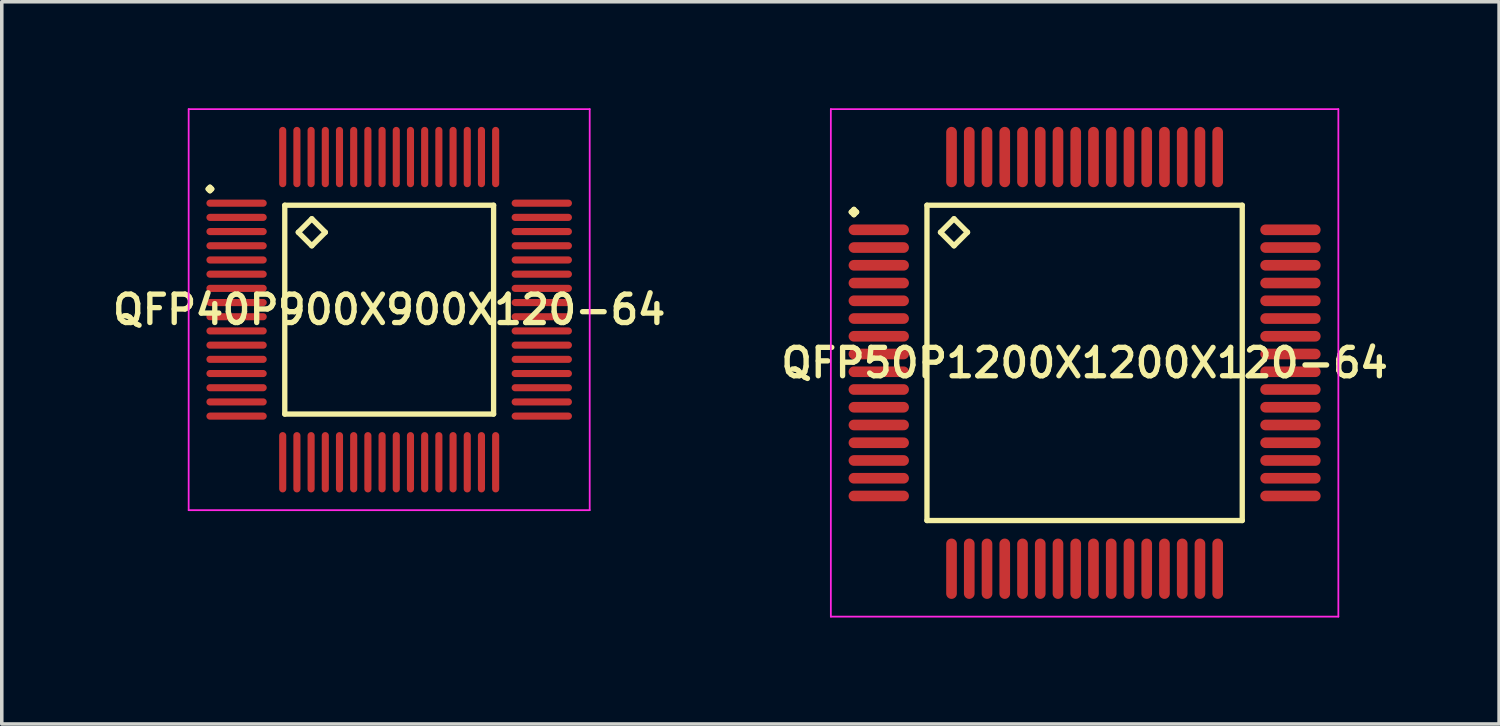
<source format=kicad_pcb>
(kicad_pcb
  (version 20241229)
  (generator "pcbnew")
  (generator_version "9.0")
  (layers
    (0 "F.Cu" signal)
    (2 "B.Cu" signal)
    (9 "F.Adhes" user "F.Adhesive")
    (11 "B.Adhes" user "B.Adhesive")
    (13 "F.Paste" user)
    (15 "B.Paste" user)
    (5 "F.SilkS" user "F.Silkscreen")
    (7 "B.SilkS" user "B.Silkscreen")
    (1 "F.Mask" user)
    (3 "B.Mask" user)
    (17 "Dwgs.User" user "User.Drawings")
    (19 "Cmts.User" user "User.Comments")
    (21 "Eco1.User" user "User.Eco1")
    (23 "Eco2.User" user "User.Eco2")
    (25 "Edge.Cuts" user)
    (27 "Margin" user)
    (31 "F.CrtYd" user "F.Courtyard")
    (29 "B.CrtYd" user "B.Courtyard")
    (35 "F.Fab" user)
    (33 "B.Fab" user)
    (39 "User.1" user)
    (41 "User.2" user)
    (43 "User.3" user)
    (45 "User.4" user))
  (footprint "QFP40P900X900X120-64"
    (layer "F.Cu")
    (at 7.916 5.675)
    (property "Reference" "QFP40P900X900X120-64" (at 0 0 0) (layer "F.SilkS") (effects (font (size 0.8 0.8) (thickness 0.15))))
    (attr smd)
    (fp_line (start -5.1 -3.4) (end -5.05 -3.45) (stroke (width 0.15) (type solid)) (layer "F.SilkS"))
    (fp_line (start -5.05 -3.45) (end -5 -3.4) (stroke (width 0.15) (type solid)) (layer "F.SilkS"))
    (fp_line (start -5.05 -3.35) (end -5.1 -3.4) (stroke (width 0.15) (type solid)) (layer "F.SilkS"))
    (fp_line (start -5 -3.4) (end -5.05 -3.35) (stroke (width 0.15) (type solid)) (layer "F.SilkS"))
    (fp_line (start -2.942 -2.942) (end -2.942 2.942) (stroke (width 0.15) (type solid)) (layer "F.SilkS"))
    (fp_line (start -2.942 2.942) (end 2.942 2.942) (stroke (width 0.15) (type solid)) (layer "F.SilkS"))
    (fp_line (start -2.561 -2.18) (end -2.18 -2.561) (stroke (width 0.15) (type solid)) (layer "F.SilkS"))
    (fp_line (start -2.18 -2.561) (end -1.799 -2.18) (stroke (width 0.15) (type solid)) (layer "F.SilkS"))
    (fp_line (start -2.18 -1.799) (end -2.561 -2.18) (stroke (width 0.15) (type solid)) (layer "F.SilkS"))
    (fp_line (start -1.799 -2.18) (end -2.18 -1.799) (stroke (width 0.15) (type solid)) (layer "F.SilkS"))
    (fp_line (start 2.942 -2.942) (end -2.942 -2.942) (stroke (width 0.15) (type solid)) (layer "F.SilkS"))
    (fp_line (start 2.942 2.942) (end 2.942 -2.942) (stroke (width 0.15) (type solid)) (layer "F.SilkS"))
    (fp_line (start -5.65 -5.65) (end 5.65 -5.65) (stroke (width 0.05) (type solid)) (layer "F.CrtYd"))
    (fp_line (start -5.65 5.65) (end -5.65 -5.65) (stroke (width 0.05) (type solid)) (layer "F.CrtYd"))
    (fp_line (start 5.65 -5.65) (end 5.65 5.65) (stroke (width 0.05) (type solid)) (layer "F.CrtYd"))
    (fp_line (start 5.65 5.65) (end -5.65 5.65) (stroke (width 0.05) (type solid)) (layer "F.CrtYd"))
    (pad "1" smd oval (at -4.3 -3) (size 1.7 0.2) (layers "F.Cu" "F.Mask" "F.Paste"))
    (pad "2" smd oval (at -4.3 -2.6) (size 1.7 0.2) (layers "F.Cu" "F.Mask" "F.Paste"))
    (pad "3" smd oval (at -4.3 -2.2) (size 1.7 0.2) (layers "F.Cu" "F.Mask" "F.Paste"))
    (pad "4" smd oval (at -4.3 -1.8) (size 1.7 0.2) (layers "F.Cu" "F.Mask" "F.Paste"))
    (pad "5" smd oval (at -4.3 -1.4) (size 1.7 0.2) (layers "F.Cu" "F.Mask" "F.Paste"))
    (pad "6" smd oval (at -4.3 -1) (size 1.7 0.2) (layers "F.Cu" "F.Mask" "F.Paste"))
    (pad "7" smd oval (at -4.3 -0.6) (size 1.7 0.2) (layers "F.Cu" "F.Mask" "F.Paste"))
    (pad "8" smd oval (at -4.3 -0.2) (size 1.7 0.2) (layers "F.Cu" "F.Mask" "F.Paste"))
    (pad "9" smd oval (at -4.3 0.2) (size 1.7 0.2) (layers "F.Cu" "F.Mask" "F.Paste"))
    (pad "10" smd oval (at -4.3 0.6) (size 1.7 0.2) (layers "F.Cu" "F.Mask" "F.Paste"))
    (pad "11" smd oval (at -4.3 1) (size 1.7 0.2) (layers "F.Cu" "F.Mask" "F.Paste"))
    (pad "12" smd oval (at -4.3 1.4) (size 1.7 0.2) (layers "F.Cu" "F.Mask" "F.Paste"))
    (pad "13" smd oval (at -4.3 1.8) (size 1.7 0.2) (layers "F.Cu" "F.Mask" "F.Paste"))
    (pad "14" smd oval (at -4.3 2.2) (size 1.7 0.2) (layers "F.Cu" "F.Mask" "F.Paste"))
    (pad "15" smd oval (at -4.3 2.6) (size 1.7 0.2) (layers "F.Cu" "F.Mask" "F.Paste"))
    (pad "16" smd oval (at -4.3 3) (size 1.7 0.2) (layers "F.Cu" "F.Mask" "F.Paste"))
    (pad "17" smd oval (at -3 4.3) (size 0.2 1.7) (layers "F.Cu" "F.Mask" "F.Paste"))
    (pad "18" smd oval (at -2.6 4.3) (size 0.2 1.7) (layers "F.Cu" "F.Mask" "F.Paste"))
    (pad "19" smd oval (at -2.2 4.3) (size 0.2 1.7) (layers "F.Cu" "F.Mask" "F.Paste"))
    (pad "20" smd oval (at -1.8 4.3) (size 0.2 1.7) (layers "F.Cu" "F.Mask" "F.Paste"))
    (pad "21" smd oval (at -1.4 4.3) (size 0.2 1.7) (layers "F.Cu" "F.Mask" "F.Paste"))
    (pad "22" smd oval (at -1 4.3) (size 0.2 1.7) (layers "F.Cu" "F.Mask" "F.Paste"))
    (pad "23" smd oval (at -0.6 4.3) (size 0.2 1.7) (layers "F.Cu" "F.Mask" "F.Paste"))
    (pad "24" smd oval (at -0.2 4.3) (size 0.2 1.7) (layers "F.Cu" "F.Mask" "F.Paste"))
    (pad "25" smd oval (at 0.2 4.3) (size 0.2 1.7) (layers "F.Cu" "F.Mask" "F.Paste"))
    (pad "26" smd oval (at 0.6 4.3) (size 0.2 1.7) (layers "F.Cu" "F.Mask" "F.Paste"))
    (pad "27" smd oval (at 1 4.3) (size 0.2 1.7) (layers "F.Cu" "F.Mask" "F.Paste"))
    (pad "28" smd oval (at 1.4 4.3) (size 0.2 1.7) (layers "F.Cu" "F.Mask" "F.Paste"))
    (pad "29" smd oval (at 1.8 4.3) (size 0.2 1.7) (layers "F.Cu" "F.Mask" "F.Paste"))
    (pad "30" smd oval (at 2.2 4.3) (size 0.2 1.7) (layers "F.Cu" "F.Mask" "F.Paste"))
    (pad "31" smd oval (at 2.6 4.3) (size 0.2 1.7) (layers "F.Cu" "F.Mask" "F.Paste"))
    (pad "32" smd oval (at 3 4.3) (size 0.2 1.7) (layers "F.Cu" "F.Mask" "F.Paste"))
    (pad "33" smd oval (at 4.3 3) (size 1.7 0.2) (layers "F.Cu" "F.Mask" "F.Paste"))
    (pad "34" smd oval (at 4.3 2.6) (size 1.7 0.2) (layers "F.Cu" "F.Mask" "F.Paste"))
    (pad "35" smd oval (at 4.3 2.2) (size 1.7 0.2) (layers "F.Cu" "F.Mask" "F.Paste"))
    (pad "36" smd oval (at 4.3 1.8) (size 1.7 0.2) (layers "F.Cu" "F.Mask" "F.Paste"))
    (pad "37" smd oval (at 4.3 1.4) (size 1.7 0.2) (layers "F.Cu" "F.Mask" "F.Paste"))
    (pad "38" smd oval (at 4.3 1) (size 1.7 0.2) (layers "F.Cu" "F.Mask" "F.Paste"))
    (pad "39" smd oval (at 4.3 0.6) (size 1.7 0.2) (layers "F.Cu" "F.Mask" "F.Paste"))
    (pad "40" smd oval (at 4.3 0.2) (size 1.7 0.2) (layers "F.Cu" "F.Mask" "F.Paste"))
    (pad "41" smd oval (at 4.3 -0.2) (size 1.7 0.2) (layers "F.Cu" "F.Mask" "F.Paste"))
    (pad "42" smd oval (at 4.3 -0.6) (size 1.7 0.2) (layers "F.Cu" "F.Mask" "F.Paste"))
    (pad "43" smd oval (at 4.3 -1) (size 1.7 0.2) (layers "F.Cu" "F.Mask" "F.Paste"))
    (pad "44" smd oval (at 4.3 -1.4) (size 1.7 0.2) (layers "F.Cu" "F.Mask" "F.Paste"))
    (pad "45" smd oval (at 4.3 -1.8) (size 1.7 0.2) (layers "F.Cu" "F.Mask" "F.Paste"))
    (pad "46" smd oval (at 4.3 -2.2) (size 1.7 0.2) (layers "F.Cu" "F.Mask" "F.Paste"))
    (pad "47" smd oval (at 4.3 -2.6) (size 1.7 0.2) (layers "F.Cu" "F.Mask" "F.Paste"))
    (pad "48" smd oval (at 4.3 -3) (size 1.7 0.2) (layers "F.Cu" "F.Mask" "F.Paste"))
    (pad "49" smd oval (at 3 -4.3) (size 0.2 1.7) (layers "F.Cu" "F.Mask" "F.Paste"))
    (pad "50" smd oval (at 2.6 -4.3) (size 0.2 1.7) (layers "F.Cu" "F.Mask" "F.Paste"))
    (pad "51" smd oval (at 2.2 -4.3) (size 0.2 1.7) (layers "F.Cu" "F.Mask" "F.Paste"))
    (pad "52" smd oval (at 1.8 -4.3) (size 0.2 1.7) (layers "F.Cu" "F.Mask" "F.Paste"))
    (pad "53" smd oval (at 1.4 -4.3) (size 0.2 1.7) (layers "F.Cu" "F.Mask" "F.Paste"))
    (pad "54" smd oval (at 1 -4.3) (size 0.2 1.7) (layers "F.Cu" "F.Mask" "F.Paste"))
    (pad "55" smd oval (at 0.6 -4.3) (size 0.2 1.7) (layers "F.Cu" "F.Mask" "F.Paste"))
    (pad "56" smd oval (at 0.2 -4.3) (size 0.2 1.7) (layers "F.Cu" "F.Mask" "F.Paste"))
    (pad "57" smd oval (at -0.2 -4.3) (size 0.2 1.7) (layers "F.Cu" "F.Mask" "F.Paste"))
    (pad "58" smd oval (at -0.6 -4.3) (size 0.2 1.7) (layers "F.Cu" "F.Mask" "F.Paste"))
    (pad "59" smd oval (at -1 -4.3) (size 0.2 1.7) (layers "F.Cu" "F.Mask" "F.Paste"))
    (pad "60" smd oval (at -1.4 -4.3) (size 0.2 1.7) (layers "F.Cu" "F.Mask" "F.Paste"))
    (pad "61" smd oval (at -1.8 -4.3) (size 0.2 1.7) (layers "F.Cu" "F.Mask" "F.Paste"))
    (pad "62" smd oval (at -2.2 -4.3) (size 0.2 1.7) (layers "F.Cu" "F.Mask" "F.Paste"))
    (pad "63" smd oval (at -2.6 -4.3) (size 0.2 1.7) (layers "F.Cu" "F.Mask" "F.Paste"))
    (pad "64" smd oval (at -3 -4.3) (size 0.2 1.7) (layers "F.Cu" "F.Mask" "F.Paste")))
  (footprint "QFP50P1200X1200X120-64"
    (layer "F.Cu")
    (at 27.511 7.175)
    (property "Reference" "QFP50P1200X1200X120-64" (at 0 0 0) (layer "F.SilkS") (effects (font (size 0.8 0.8) (thickness 0.15))))
    (attr smd)
    (fp_line (start -6.575 -4.25) (end -6.5 -4.325) (stroke (width 0.15) (type solid)) (layer "F.SilkS"))
    (fp_line (start -6.5 -4.325) (end -6.425 -4.25) (stroke (width 0.15) (type solid)) (layer "F.SilkS"))
    (fp_line (start -6.5 -4.175) (end -6.575 -4.25) (stroke (width 0.15) (type solid)) (layer "F.SilkS"))
    (fp_line (start -6.425 -4.25) (end -6.5 -4.175) (stroke (width 0.15) (type solid)) (layer "F.SilkS"))
    (fp_line (start -4.442 -4.442) (end -4.442 4.442) (stroke (width 0.15) (type solid)) (layer "F.SilkS"))
    (fp_line (start -4.442 4.442) (end 4.442 4.442) (stroke (width 0.15) (type solid)) (layer "F.SilkS"))
    (fp_line (start -4.061 -3.68) (end -3.68 -4.061) (stroke (width 0.15) (type solid)) (layer "F.SilkS"))
    (fp_line (start -3.68 -4.061) (end -3.299 -3.68) (stroke (width 0.15) (type solid)) (layer "F.SilkS"))
    (fp_line (start -3.68 -3.299) (end -4.061 -3.68) (stroke (width 0.15) (type solid)) (layer "F.SilkS"))
    (fp_line (start -3.299 -3.68) (end -3.68 -3.299) (stroke (width 0.15) (type solid)) (layer "F.SilkS"))
    (fp_line (start 4.442 -4.442) (end -4.442 -4.442) (stroke (width 0.15) (type solid)) (layer "F.SilkS"))
    (fp_line (start 4.442 4.442) (end 4.442 -4.442) (stroke (width 0.15) (type solid)) (layer "F.SilkS"))
    (fp_line (start -7.15 -7.15) (end 7.15 -7.15) (stroke (width 0.05) (type solid)) (layer "F.CrtYd"))
    (fp_line (start -7.15 7.15) (end -7.15 -7.15) (stroke (width 0.05) (type solid)) (layer "F.CrtYd"))
    (fp_line (start 7.15 -7.15) (end 7.15 7.15) (stroke (width 0.05) (type solid)) (layer "F.CrtYd"))
    (fp_line (start 7.15 7.15) (end -7.15 7.15) (stroke (width 0.05) (type solid)) (layer "F.CrtYd"))
    (pad "1" smd oval (at -5.8 -3.75) (size 1.7 0.3) (layers "F.Cu" "F.Mask" "F.Paste"))
    (pad "2" smd oval (at -5.8 -3.25) (size 1.7 0.3) (layers "F.Cu" "F.Mask" "F.Paste"))
    (pad "3" smd oval (at -5.8 -2.75) (size 1.7 0.3) (layers "F.Cu" "F.Mask" "F.Paste"))
    (pad "4" smd oval (at -5.8 -2.25) (size 1.7 0.3) (layers "F.Cu" "F.Mask" "F.Paste"))
    (pad "5" smd oval (at -5.8 -1.75) (size 1.7 0.3) (layers "F.Cu" "F.Mask" "F.Paste"))
    (pad "6" smd oval (at -5.8 -1.25) (size 1.7 0.3) (layers "F.Cu" "F.Mask" "F.Paste"))
    (pad "7" smd oval (at -5.8 -0.75) (size 1.7 0.3) (layers "F.Cu" "F.Mask" "F.Paste"))
    (pad "8" smd oval (at -5.8 -0.25) (size 1.7 0.3) (layers "F.Cu" "F.Mask" "F.Paste"))
    (pad "9" smd oval (at -5.8 0.25) (size 1.7 0.3) (layers "F.Cu" "F.Mask" "F.Paste"))
    (pad "10" smd oval (at -5.8 0.75) (size 1.7 0.3) (layers "F.Cu" "F.Mask" "F.Paste"))
    (pad "11" smd oval (at -5.8 1.25) (size 1.7 0.3) (layers "F.Cu" "F.Mask" "F.Paste"))
    (pad "12" smd oval (at -5.8 1.75) (size 1.7 0.3) (layers "F.Cu" "F.Mask" "F.Paste"))
    (pad "13" smd oval (at -5.8 2.25) (size 1.7 0.3) (layers "F.Cu" "F.Mask" "F.Paste"))
    (pad "14" smd oval (at -5.8 2.75) (size 1.7 0.3) (layers "F.Cu" "F.Mask" "F.Paste"))
    (pad "15" smd oval (at -5.8 3.25) (size 1.7 0.3) (layers "F.Cu" "F.Mask" "F.Paste"))
    (pad "16" smd oval (at -5.8 3.75) (size 1.7 0.3) (layers "F.Cu" "F.Mask" "F.Paste"))
    (pad "17" smd oval (at -3.75 5.8) (size 0.3 1.7) (layers "F.Cu" "F.Mask" "F.Paste"))
    (pad "18" smd oval (at -3.25 5.8) (size 0.3 1.7) (layers "F.Cu" "F.Mask" "F.Paste"))
    (pad "19" smd oval (at -2.75 5.8) (size 0.3 1.7) (layers "F.Cu" "F.Mask" "F.Paste"))
    (pad "20" smd oval (at -2.25 5.8) (size 0.3 1.7) (layers "F.Cu" "F.Mask" "F.Paste"))
    (pad "21" smd oval (at -1.75 5.8) (size 0.3 1.7) (layers "F.Cu" "F.Mask" "F.Paste"))
    (pad "22" smd oval (at -1.25 5.8) (size 0.3 1.7) (layers "F.Cu" "F.Mask" "F.Paste"))
    (pad "23" smd oval (at -0.75 5.8) (size 0.3 1.7) (layers "F.Cu" "F.Mask" "F.Paste"))
    (pad "24" smd oval (at -0.25 5.8) (size 0.3 1.7) (layers "F.Cu" "F.Mask" "F.Paste"))
    (pad "25" smd oval (at 0.25 5.8) (size 0.3 1.7) (layers "F.Cu" "F.Mask" "F.Paste"))
    (pad "26" smd oval (at 0.75 5.8) (size 0.3 1.7) (layers "F.Cu" "F.Mask" "F.Paste"))
    (pad "27" smd oval (at 1.25 5.8) (size 0.3 1.7) (layers "F.Cu" "F.Mask" "F.Paste"))
    (pad "28" smd oval (at 1.75 5.8) (size 0.3 1.7) (layers "F.Cu" "F.Mask" "F.Paste"))
    (pad "29" smd oval (at 2.25 5.8) (size 0.3 1.7) (layers "F.Cu" "F.Mask" "F.Paste"))
    (pad "30" smd oval (at 2.75 5.8) (size 0.3 1.7) (layers "F.Cu" "F.Mask" "F.Paste"))
    (pad "31" smd oval (at 3.25 5.8) (size 0.3 1.7) (layers "F.Cu" "F.Mask" "F.Paste"))
    (pad "32" smd oval (at 3.75 5.8) (size 0.3 1.7) (layers "F.Cu" "F.Mask" "F.Paste"))
    (pad "33" smd oval (at 5.8 3.75) (size 1.7 0.3) (layers "F.Cu" "F.Mask" "F.Paste"))
    (pad "34" smd oval (at 5.8 3.25) (size 1.7 0.3) (layers "F.Cu" "F.Mask" "F.Paste"))
    (pad "35" smd oval (at 5.8 2.75) (size 1.7 0.3) (layers "F.Cu" "F.Mask" "F.Paste"))
    (pad "36" smd oval (at 5.8 2.25) (size 1.7 0.3) (layers "F.Cu" "F.Mask" "F.Paste"))
    (pad "37" smd oval (at 5.8 1.75) (size 1.7 0.3) (layers "F.Cu" "F.Mask" "F.Paste"))
    (pad "38" smd oval (at 5.8 1.25) (size 1.7 0.3) (layers "F.Cu" "F.Mask" "F.Paste"))
    (pad "39" smd oval (at 5.8 0.75) (size 1.7 0.3) (layers "F.Cu" "F.Mask" "F.Paste"))
    (pad "40" smd oval (at 5.8 0.25) (size 1.7 0.3) (layers "F.Cu" "F.Mask" "F.Paste"))
    (pad "41" smd oval (at 5.8 -0.25) (size 1.7 0.3) (layers "F.Cu" "F.Mask" "F.Paste"))
    (pad "42" smd oval (at 5.8 -0.75) (size 1.7 0.3) (layers "F.Cu" "F.Mask" "F.Paste"))
    (pad "43" smd oval (at 5.8 -1.25) (size 1.7 0.3) (layers "F.Cu" "F.Mask" "F.Paste"))
    (pad "44" smd oval (at 5.8 -1.75) (size 1.7 0.3) (layers "F.Cu" "F.Mask" "F.Paste"))
    (pad "45" smd oval (at 5.8 -2.25) (size 1.7 0.3) (layers "F.Cu" "F.Mask" "F.Paste"))
    (pad "46" smd oval (at 5.8 -2.75) (size 1.7 0.3) (layers "F.Cu" "F.Mask" "F.Paste"))
    (pad "47" smd oval (at 5.8 -3.25) (size 1.7 0.3) (layers "F.Cu" "F.Mask" "F.Paste"))
    (pad "48" smd oval (at 5.8 -3.75) (size 1.7 0.3) (layers "F.Cu" "F.Mask" "F.Paste"))
    (pad "49" smd oval (at 3.75 -5.8) (size 0.3 1.7) (layers "F.Cu" "F.Mask" "F.Paste"))
    (pad "50" smd oval (at 3.25 -5.8) (size 0.3 1.7) (layers "F.Cu" "F.Mask" "F.Paste"))
    (pad "51" smd oval (at 2.75 -5.8) (size 0.3 1.7) (layers "F.Cu" "F.Mask" "F.Paste"))
    (pad "52" smd oval (at 2.25 -5.8) (size 0.3 1.7) (layers "F.Cu" "F.Mask" "F.Paste"))
    (pad "53" smd oval (at 1.75 -5.8) (size 0.3 1.7) (layers "F.Cu" "F.Mask" "F.Paste"))
    (pad "54" smd oval (at 1.25 -5.8) (size 0.3 1.7) (layers "F.Cu" "F.Mask" "F.Paste"))
    (pad "55" smd oval (at 0.75 -5.8) (size 0.3 1.7) (layers "F.Cu" "F.Mask" "F.Paste"))
    (pad "56" smd oval (at 0.25 -5.8) (size 0.3 1.7) (layers "F.Cu" "F.Mask" "F.Paste"))
    (pad "57" smd oval (at -0.25 -5.8) (size 0.3 1.7) (layers "F.Cu" "F.Mask" "F.Paste"))
    (pad "58" smd oval (at -0.75 -5.8) (size 0.3 1.7) (layers "F.Cu" "F.Mask" "F.Paste"))
    (pad "59" smd oval (at -1.25 -5.8) (size 0.3 1.7) (layers "F.Cu" "F.Mask" "F.Paste"))
    (pad "60" smd oval (at -1.75 -5.8) (size 0.3 1.7) (layers "F.Cu" "F.Mask" "F.Paste"))
    (pad "61" smd oval (at -2.25 -5.8) (size 0.3 1.7) (layers "F.Cu" "F.Mask" "F.Paste"))
    (pad "62" smd oval (at -2.75 -5.8) (size 0.3 1.7) (layers "F.Cu" "F.Mask" "F.Paste"))
    (pad "63" smd oval (at -3.25 -5.8) (size 0.3 1.7) (layers "F.Cu" "F.Mask" "F.Paste"))
    (pad "64" smd oval (at -3.75 -5.8) (size 0.3 1.7) (layers "F.Cu" "F.Mask" "F.Paste")))
  (gr_rect
    (start -3 -3)
    (end 39.19 17.35)
    (stroke (width 0.1) (type default))
    (fill no)
    (layer "Edge.Cuts")))
</source>
